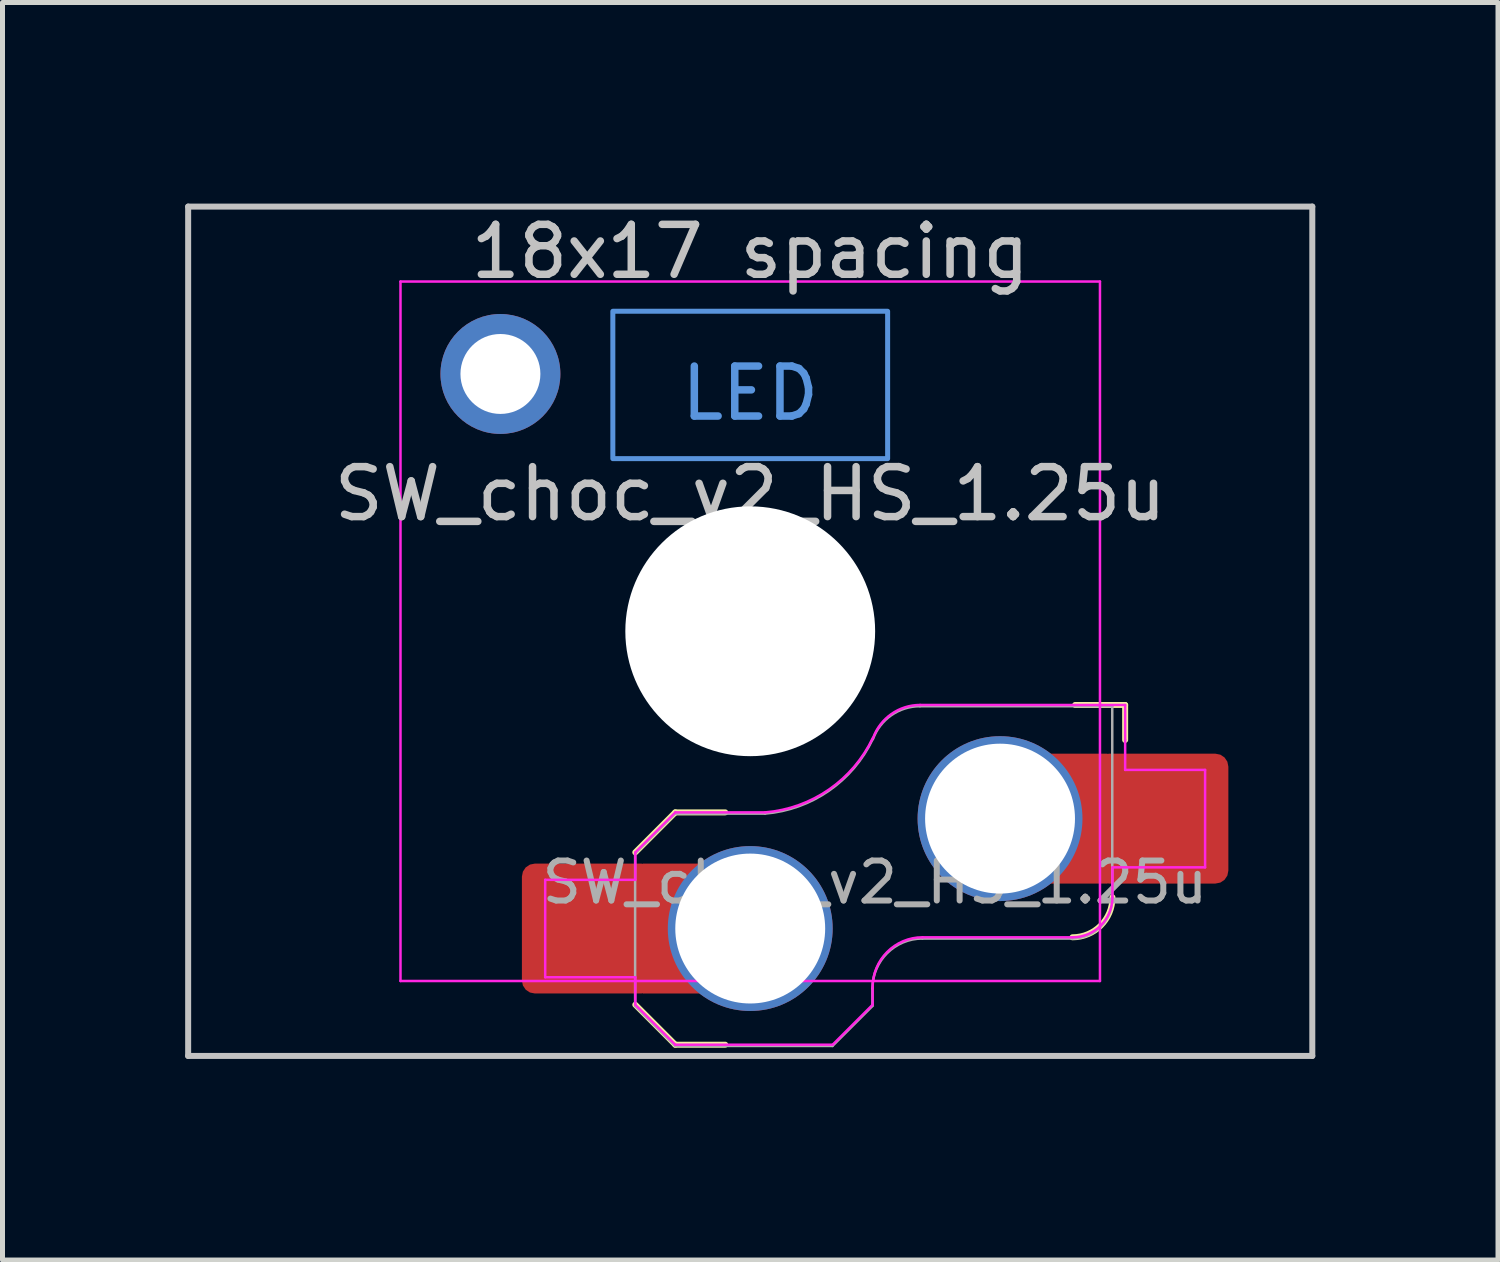
<source format=kicad_pcb>
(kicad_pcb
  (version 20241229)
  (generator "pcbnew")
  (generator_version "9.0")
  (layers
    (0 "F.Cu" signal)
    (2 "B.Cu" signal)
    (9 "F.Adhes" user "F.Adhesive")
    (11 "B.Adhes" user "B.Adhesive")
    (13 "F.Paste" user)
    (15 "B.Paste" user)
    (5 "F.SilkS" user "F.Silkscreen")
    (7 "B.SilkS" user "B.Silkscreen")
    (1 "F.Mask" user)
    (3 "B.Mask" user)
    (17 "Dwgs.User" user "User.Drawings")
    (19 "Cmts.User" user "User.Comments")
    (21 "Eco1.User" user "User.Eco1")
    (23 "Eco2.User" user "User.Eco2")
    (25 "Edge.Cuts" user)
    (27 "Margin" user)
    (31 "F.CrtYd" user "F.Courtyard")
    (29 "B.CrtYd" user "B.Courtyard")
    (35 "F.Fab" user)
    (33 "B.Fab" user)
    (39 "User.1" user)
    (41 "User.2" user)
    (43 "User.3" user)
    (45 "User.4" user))
  (footprint "SW_choc_v2_HS_1.25u"
    (layer "F.Cu")
    (at 11.966 9.585)
    (property "Reference" "SW_choc_v2_HS_1.25u" (at 0 -2.75 180) (layer "Dwgs.User") (effects (font (size 1 1) (thickness 0.15))))
    (attr smd)
    (fp_line (start -2.3 7.475) (end -1.5 8.275) (stroke (width 0.12) (type solid)) (layer "F.SilkS"))
    (fp_line (start -1.5 3.625) (end -2.3 4.425) (stroke (width 0.12) (type solid)) (layer "F.SilkS"))
    (fp_line (start -1.5 3.625) (end -0.5 3.625) (stroke (width 0.12) (type solid)) (layer "F.SilkS"))
    (fp_line (start -1.5 8.275) (end -0.5 8.275) (stroke (width 0.12) (type solid)) (layer "F.SilkS"))
    (fp_line (start 7.504 1.475) (end 6.504 1.475) (stroke (width 0.12) (type solid)) (layer "F.SilkS"))
    (fp_line (start 7.504 1.475) (end 7.504 2.175) (stroke (width 0.12) (type solid)) (layer "F.SilkS"))
    (fp_arc (start 7.25 5.325) (mid 7.015685 5.890685) (end 6.45 6.125) (stroke (width 0.12) (type solid)) (layer "F.SilkS"))
    (fp_line (start -11.25 -8.5) (end 11.25 -8.5) (stroke (width 0.12) (type solid)) (layer "Dwgs.User"))
    (fp_line (start -11.25 8.5) (end -11.25 -8.5) (stroke (width 0.12) (type solid)) (layer "Dwgs.User"))
    (fp_line (start 11.25 -8.5) (end 11.25 8.5) (stroke (width 0.12) (type solid)) (layer "Dwgs.User"))
    (fp_line (start 11.25 8.5) (end -11.25 8.5) (stroke (width 0.12) (type solid)) (layer "Dwgs.User"))
    (fp_rect (start -2.75 -6.405) (end 2.75 -3.455) (stroke (width 0.1) (type default)) (fill no) (layer "Cmts.User"))
    (fp_line (start -11.906 -9.525) (end -11.906 9.525) (stroke (width 0.12) (type solid)) (layer "Eco1.User"))
    (fp_line (start -11.906 9.525) (end 11.906 9.525) (stroke (width 0.12) (type solid)) (layer "Eco1.User"))
    (fp_line (start 11.906 -9.525) (end -11.906 -9.525) (stroke (width 0.12) (type solid)) (layer "Eco1.User"))
    (fp_line (start 11.906 9.525) (end 11.906 -9.525) (stroke (width 0.12) (type solid)) (layer "Eco1.User"))
    (fp_line (start -6.95 6.45) (end -6.95 -6.45) (stroke (width 0.05) (type solid)) (layer "Eco2.User"))
    (fp_line (start -6.45 -6.95) (end 6.45 -6.95) (stroke (width 0.05) (type solid)) (layer "Eco2.User"))
    (fp_line (start 6.45 6.95) (end -6.45 6.95) (stroke (width 0.05) (type solid)) (layer "Eco2.User"))
    (fp_line (start 6.95 -6.45) (end 6.95 6.45) (stroke (width 0.05) (type solid)) (layer "Eco2.User"))
    (fp_arc (start -6.95 -6.45) (mid -6.803553 -6.803553) (end -6.45 -6.95) (stroke (width 0.05) (type solid)) (layer "Eco2.User"))
    (fp_arc (start -6.45 6.95) (mid -6.803553 6.803553) (end -6.95 6.45) (stroke (width 0.05) (type solid)) (layer "Eco2.User"))
    (fp_arc (start 6.45 -6.95) (mid 6.803553 -6.803553) (end 6.95 -6.45) (stroke (width 0.05) (type solid)) (layer "Eco2.User"))
    (fp_arc (start 6.95 6.45) (mid 6.803553 6.803553) (end 6.45 6.95) (stroke (width 0.05) (type solid)) (layer "Eco2.User"))
    (fp_arc (start 6.95 6.45) (mid 6.803553 6.803553) (end 6.45 6.95) (stroke (width 0.05) (type solid)) (layer "Eco2.User"))
    (fp_line (start -7 -7) (end 7 -7) (stroke (width 0.05) (type solid)) (layer "F.CrtYd"))
    (fp_line (start -7 7) (end -7 -7) (stroke (width 0.05) (type solid)) (layer "F.CrtYd"))
    (fp_line (start -4.104 4.975) (end -4.104 6.925) (stroke (width 0.05) (type solid)) (layer "F.CrtYd"))
    (fp_line (start -4.104 4.975) (end -2.3 4.975) (stroke (width 0.05) (type solid)) (layer "F.CrtYd"))
    (fp_line (start -4.104 6.925) (end -2.3 6.925) (stroke (width 0.05) (type solid)) (layer "F.CrtYd"))
    (fp_line (start -2.3 4.975) (end -2.3 4.425) (stroke (width 0.05) (type solid)) (layer "F.CrtYd"))
    (fp_line (start -2.3 7.475) (end -2.3 6.925) (stroke (width 0.05) (type solid)) (layer "F.CrtYd"))
    (fp_line (start -2.3 7.475) (end -1.5 8.275) (stroke (width 0.05) (type solid)) (layer "F.CrtYd"))
    (fp_line (start -1.5 3.625) (end -2.3 4.425) (stroke (width 0.05) (type solid)) (layer "F.CrtYd"))
    (fp_line (start -1.5 3.625) (end 0.3 3.625) (stroke (width 0.05) (type solid)) (layer "F.CrtYd"))
    (fp_line (start -1.5 8.275) (end 1.65 8.275) (stroke (width 0.05) (type solid)) (layer "F.CrtYd"))
    (fp_line (start 2.45 7.475) (end 1.65 8.275) (stroke (width 0.05) (type solid)) (layer "F.CrtYd"))
    (fp_line (start 2.45 7.475) (end 2.45 7.125) (stroke (width 0.05) (type solid)) (layer "F.CrtYd"))
    (fp_line (start 3.45 6.125) (end 6.45 6.125) (stroke (width 0.05) (type solid)) (layer "F.CrtYd"))
    (fp_line (start 7 -7) (end 7 7) (stroke (width 0.05) (type solid)) (layer "F.CrtYd"))
    (fp_line (start 7 7) (end -7 7) (stroke (width 0.05) (type solid)) (layer "F.CrtYd"))
    (fp_line (start 7.25 4.725) (end 9.104 4.725) (stroke (width 0.05) (type solid)) (layer "F.CrtYd"))
    (fp_line (start 7.25 5.325) (end 7.25 4.725) (stroke (width 0.05) (type solid)) (layer "F.CrtYd"))
    (fp_line (start 7.504 1.475) (end 3.4 1.475) (stroke (width 0.05) (type solid)) (layer "F.CrtYd"))
    (fp_line (start 7.504 1.475) (end 7.504 2.175) (stroke (width 0.05) (type solid)) (layer "F.CrtYd"))
    (fp_line (start 7.504 2.175) (end 7.504 2.775) (stroke (width 0.05) (type solid)) (layer "F.CrtYd"))
    (fp_line (start 9.104 2.775) (end 7.504 2.775) (stroke (width 0.05) (type solid)) (layer "F.CrtYd"))
    (fp_line (start 9.104 4.725) (end 9.104 2.775) (stroke (width 0.05) (type solid)) (layer "F.CrtYd"))
    (fp_arc (start 2.45 7.125) (mid 2.742893 6.417893) (end 3.45 6.125) (stroke (width 0.05) (type solid)) (layer "F.CrtYd"))
    (fp_arc (start 2.455444 2.13293) (mid 1.577272 3.167235) (end 0.299999 3.624999) (stroke (width 0.05) (type solid)) (layer "F.CrtYd"))
    (fp_arc (start 2.460307 2.13298) (mid 2.826423 1.655848) (end 3.4 1.475) (stroke (width 0.05) (type solid)) (layer "F.CrtYd"))
    (fp_arc (start 7.25 5.325) (mid 7.015685 5.890685) (end 6.45 6.125) (stroke (width 0.05) (type solid)) (layer "F.CrtYd"))
    (fp_line (start -2.304 7.5) (end -2.304 4.45) (stroke (width 0.05) (type solid)) (layer "F.Fab"))
    (fp_line (start -2.304 7.5) (end -1.504 8.3) (stroke (width 0.05) (type solid)) (layer "F.Fab"))
    (fp_line (start -1.504 3.65) (end -2.304 4.45) (stroke (width 0.05) (type solid)) (layer "F.Fab"))
    (fp_line (start -1.504 3.65) (end 0.296 3.65) (stroke (width 0.05) (type solid)) (layer "F.Fab"))
    (fp_line (start -1.504 8.3) (end 1.646 8.3) (stroke (width 0.05) (type solid)) (layer "F.Fab"))
    (fp_line (start 2.446 7.5) (end 1.646 8.3) (stroke (width 0.05) (type solid)) (layer "F.Fab"))
    (fp_line (start 2.446 7.5) (end 2.446 7.15) (stroke (width 0.05) (type solid)) (layer "F.Fab"))
    (fp_line (start 3.446 6.15) (end 6.446 6.15) (stroke (width 0.05) (type solid)) (layer "F.Fab"))
    (fp_line (start 7.246 1.5) (end 3.396 1.5) (stroke (width 0.05) (type solid)) (layer "F.Fab"))
    (fp_line (start 7.246 5.35) (end 7.246 1.5) (stroke (width 0.05) (type solid)) (layer "F.Fab"))
    (fp_arc (start 2.446 7.15) (mid 2.738893 6.442893) (end 3.446 6.15) (stroke (width 0.05) (type solid)) (layer "F.Fab"))
    (fp_arc (start 2.451444 2.15793) (mid 1.573272 3.192235) (end 0.295999 3.649999) (stroke (width 0.05) (type solid)) (layer "F.Fab"))
    (fp_arc (start 2.456307 2.15798) (mid 2.822423 1.680848) (end 3.396 1.5) (stroke (width 0.05) (type solid)) (layer "F.Fab"))
    (fp_arc (start 7.246 5.35) (mid 7.011685 5.915685) (end 6.446 6.15) (stroke (width 0.05) (type solid)) (layer "F.Fab"))
    (fp_text user "18x17 spacing" (at 0 -7.6 0) (layer "Dwgs.User") (effects (font (size 1 1) (thickness 0.15))))
    (fp_text user "LED" (at 0 -4.763 0) (unlocked yes) (layer "Cmts.User") (effects (font (size 1 1) (thickness 0.15))))
    (fp_text user "19.05 spacing" (at 0 -8.7 0) (layer "Eco1.User") (effects (font (size 1 1) (thickness 0.15))))
    (fp_text user "${REFERENCE}" (at 2.496 5.025 0) (layer "F.Fab") (effects (font (size 0.8 0.8) (thickness 0.12))))
    (pad "" np_thru_hole circle (at 0 0 180) (size 5 5) (drill 5) (layers "*.Cu" "*.Mask"))
    (pad "1" thru_hole circle (at 5 3.75) (size 3.3 3.3) (drill 3) (layers "*.Cu" "F.Mask"))
    (pad "1" smd rect (at 6.55 3.75) (size 1.2 2.6) (layers "F.Cu"))
    (pad "1" smd roundrect (at 8.245 3.75) (size 2.65 2.6) (layers "F.Cu" "F.Mask" "F.Paste") (roundrect_rratio 0.1))
    (pad "2" smd roundrect (at -3.245 5.95) (size 2.65 2.6) (layers "F.Cu" "F.Mask" "F.Paste") (roundrect_rratio 0.1))
    (pad "2" smd rect (at -1.55 5.95 180) (size 1.2 2.6) (layers "F.Cu"))
    (pad "2" thru_hole circle (at 0 5.95) (size 3.3 3.3) (drill 3) (layers "*.Cu" "F.Mask"))
    (pad "MP" thru_hole circle (at -5 -5.15 180) (size 2.4 2.4) (drill 1.6) (layers "*.Cu" "F.Mask")))
  (gr_rect
    (start -3 -3)
    (end 26.933 22.17)
    (stroke (width 0.1) (type default))
    (fill no)
    (layer "Edge.Cuts")))
</source>
